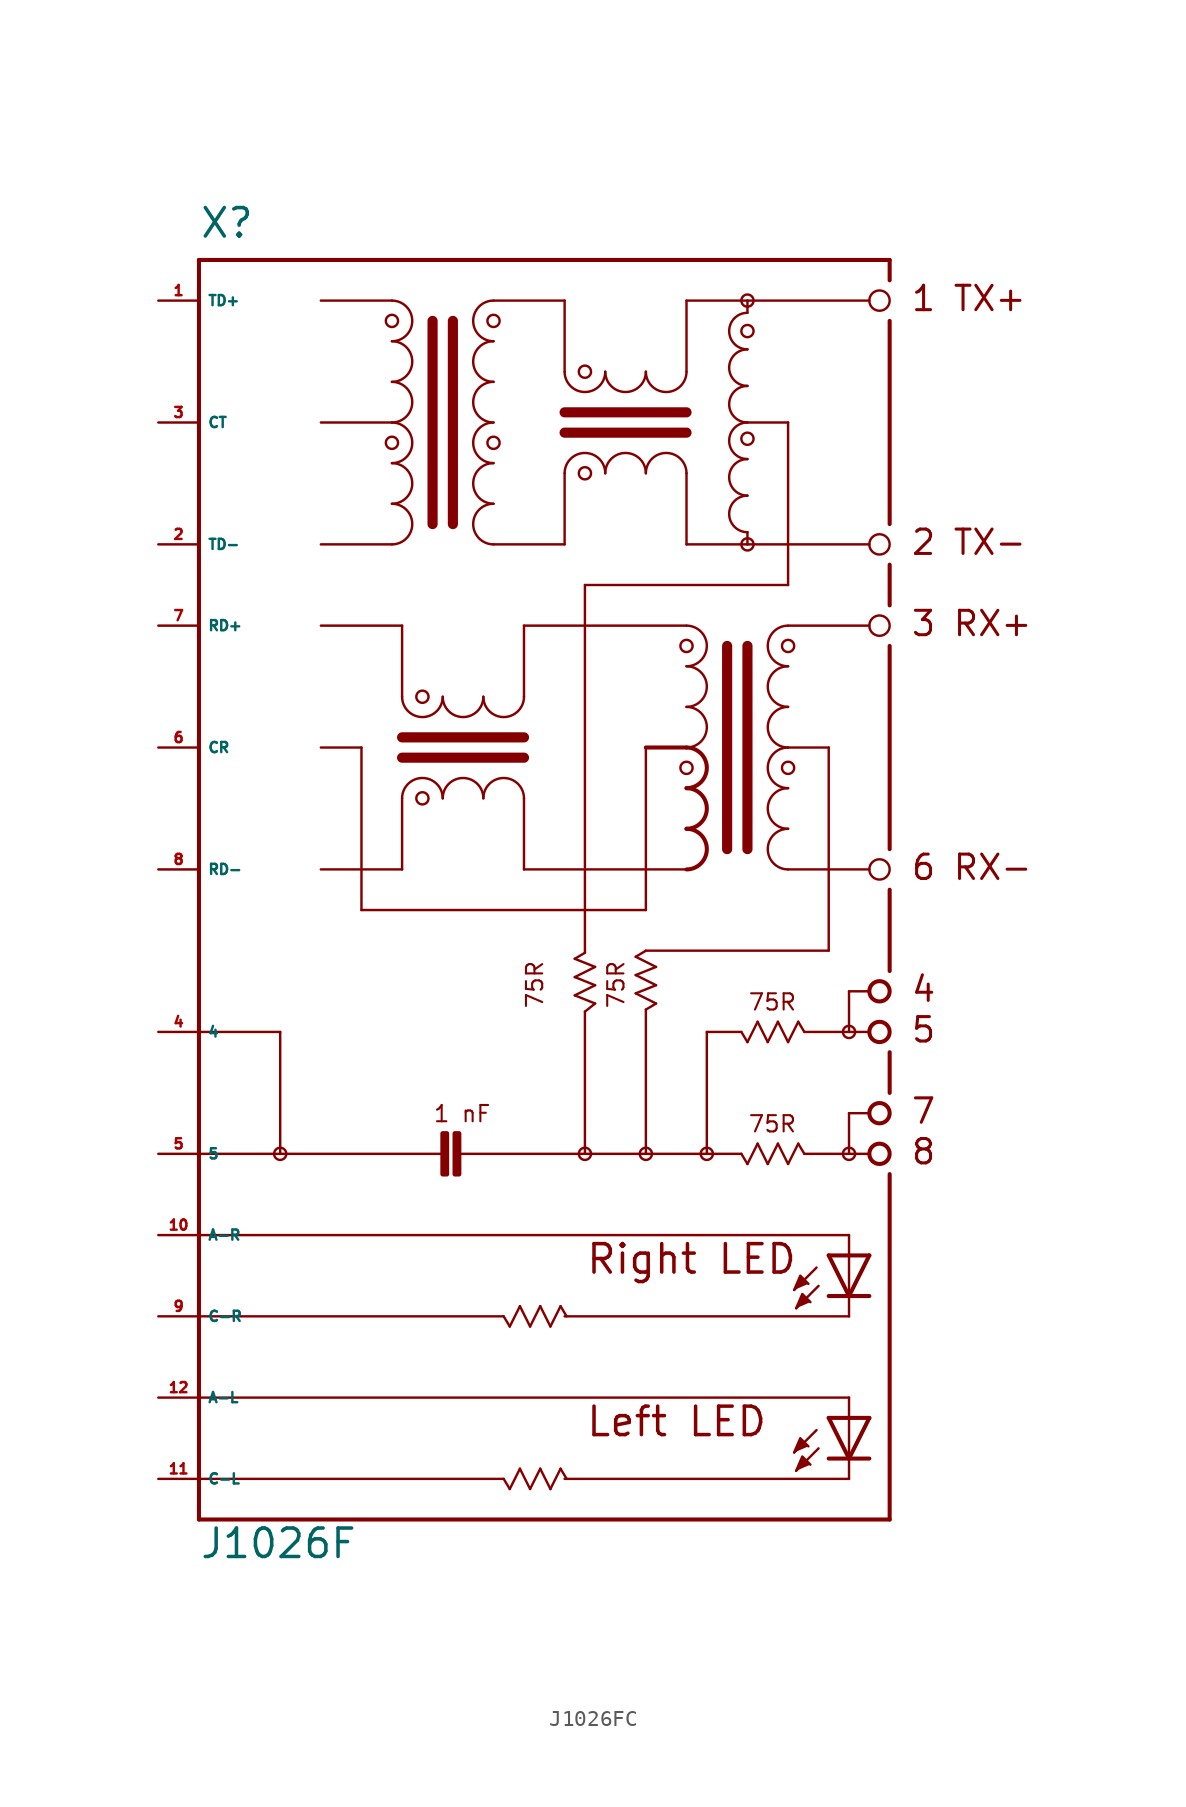
<source format=kicad_sym>
(kicad_symbol_lib
  (version 20220914)
  (generator Eagle2Kicad)
  (symbol "J1026FC"
    (property "Reference" "X"
      (at -20.32 21.59 0)
      (effects (font (size 1.778 1.778) (thickness 0.22)) (justify left bottom)))
    (property "Value" "J1026F"
      (at -20.32 -60.96 0)
      (effects (font (size 1.778 1.778) (thickness 0.22)) (justify left bottom)))
    (polyline
      (pts (xy 16.891 -44.069) (xy 17.272 -43.18) (xy 17.78 -43.688))
      (stroke (width 0.152) (type default))
      (fill (type outline)))
    (polyline
      (pts (xy 17.018 -45.212) (xy 17.399 -44.323) (xy 17.907 -44.831))
      (stroke (width 0.152) (type default))
      (fill (type outline)))
    (polyline
      (pts (xy 16.891 -54.229) (xy 17.272 -53.34) (xy 17.78 -53.848))
      (stroke (width 0.152) (type default))
      (fill (type outline)))
    (polyline
      (pts (xy 17.018 -55.372) (xy 17.399 -54.483) (xy 17.907 -54.991))
      (stroke (width 0.152) (type default))
      (fill (type outline)))
    (polyline
      (pts (xy -12.7 2.54) (xy -8.255 2.54))
      (stroke (width 0.152) (type default))
      (fill (type none)))
    (polyline
      (pts (xy -12.7 10.16) (xy -8.255 10.16))
      (stroke (width 0.152) (type default))
      (fill (type none)))
    (polyline
      (pts (xy -12.7 17.78) (xy -8.255 17.78))
      (stroke (width 0.152) (type default))
      (fill (type none)))
    (arc
      (start -8.255 10.16)
      (mid -6.985 11.430)
      (end -8.255 12.7)
      (stroke (width 0.1524) (type default))
      (fill (type none)))
    (arc
      (start -8.255 12.7)
      (mid -6.985 13.970)
      (end -8.255 15.24)
      (stroke (width 0.1524) (type default))
      (fill (type none)))
    (arc
      (start -8.255 15.24)
      (mid -6.985 16.510)
      (end -8.255 17.78)
      (stroke (width 0.1524) (type default))
      (fill (type none)))
    (arc
      (start -8.255 7.62)
      (mid -6.985 8.890)
      (end -8.255 10.16)
      (stroke (width 0.1524) (type default))
      (fill (type none)))
    (arc
      (start -8.255 5.08)
      (mid -6.985 6.350)
      (end -8.255 7.62)
      (stroke (width 0.1524) (type default))
      (fill (type none)))
    (arc
      (start -8.255 2.54)
      (mid -6.985 3.810)
      (end -8.255 5.08)
      (stroke (width 0.1524) (type default))
      (fill (type none)))
    (polyline
      (pts (xy -5.715 16.51) (xy -5.715 3.81))
      (stroke (width 0.635) (type default))
      (fill (type none)))
    (polyline
      (pts (xy -4.445 16.51) (xy -4.445 3.81))
      (stroke (width 0.635) (type default))
      (fill (type none)))
    (arc
      (start -1.905 12.7)
      (mid -3.175 11.430)
      (end -1.905 10.16)
      (stroke (width 0.1524) (type default))
      (fill (type none)))
    (arc
      (start -1.905 15.24)
      (mid -3.175 13.970)
      (end -1.905 12.7)
      (stroke (width 0.1524) (type default))
      (fill (type none)))
    (arc
      (start -1.905 17.78)
      (mid -3.175 16.510)
      (end -1.905 15.24)
      (stroke (width 0.1524) (type default))
      (fill (type none)))
    (arc
      (start -1.905 10.16)
      (mid -3.175 8.890)
      (end -1.905 7.62)
      (stroke (width 0.1524) (type default))
      (fill (type none)))
    (arc
      (start -1.905 7.62)
      (mid -3.175 6.350)
      (end -1.905 5.08)
      (stroke (width 0.1524) (type default))
      (fill (type none)))
    (arc
      (start -1.905 5.08)
      (mid -3.175 3.810)
      (end -1.905 2.54)
      (stroke (width 0.1524) (type default))
      (fill (type none)))
    (arc
      (start 10.16 6.985)
      (mid 8.890 8.255)
      (end 7.62 6.985)
      (stroke (width 0.1524) (type default))
      (fill (type none)))
    (arc
      (start 7.62 6.985)
      (mid 6.350 8.255)
      (end 5.08 6.985)
      (stroke (width 0.1524) (type default))
      (fill (type none)))
    (arc
      (start 5.08 6.985)
      (mid 3.810 8.255)
      (end 2.54 6.985)
      (stroke (width 0.1524) (type default))
      (fill (type none)))
    (arc
      (start 7.62 13.335)
      (mid 8.890 12.065)
      (end 10.16 13.335)
      (stroke (width 0.1524) (type default))
      (fill (type none)))
    (arc
      (start 5.08 13.335)
      (mid 6.350 12.065)
      (end 7.62 13.335)
      (stroke (width 0.1524) (type default))
      (fill (type none)))
    (arc
      (start 2.54 13.335)
      (mid 3.810 12.065)
      (end 5.08 13.335)
      (stroke (width 0.1524) (type default))
      (fill (type none)))
    (polyline
      (pts (xy -1.905 17.78) (xy 2.54 17.78))
      (stroke (width 0.152) (type default))
      (fill (type none)))
    (polyline
      (pts (xy 2.54 17.78) (xy 2.54 13.335))
      (stroke (width 0.152) (type default))
      (fill (type none)))
    (polyline
      (pts (xy 2.54 2.54) (xy -1.905 2.54))
      (stroke (width 0.152) (type default))
      (fill (type none)))
    (polyline
      (pts (xy 2.54 2.54) (xy 2.54 6.985))
      (stroke (width 0.152) (type default))
      (fill (type none)))
    (polyline
      (pts (xy 10.16 13.335) (xy 10.16 17.78))
      (stroke (width 0.152) (type default))
      (fill (type none)))
    (polyline
      (pts (xy 10.16 17.78) (xy 13.97 17.78))
      (stroke (width 0.152) (type default))
      (fill (type none)))
    (polyline
      (pts (xy 13.97 17.78) (xy 21.59 17.78))
      (stroke (width 0.152) (type default))
      (fill (type none)))
    (polyline
      (pts (xy 10.16 6.985) (xy 10.16 2.54))
      (stroke (width 0.152) (type default))
      (fill (type none)))
    (polyline
      (pts (xy 10.16 2.54) (xy 13.97 2.54))
      (stroke (width 0.152) (type default))
      (fill (type none)))
    (polyline
      (pts (xy 13.97 2.54) (xy 21.59 2.54))
      (stroke (width 0.152) (type default))
      (fill (type none)))
    (polyline
      (pts (xy 2.54 9.525) (xy 10.16 9.525))
      (stroke (width 0.635) (type default))
      (fill (type none)))
    (polyline
      (pts (xy 2.54 10.795) (xy 10.16 10.795))
      (stroke (width 0.635) (type default))
      (fill (type none)))
    (polyline
      (pts (xy 21.59 -17.78) (xy 16.51 -17.78))
      (stroke (width 0.152) (type default))
      (fill (type none)))
    (polyline
      (pts (xy 19.05 -10.16) (xy 16.51 -10.16))
      (stroke (width 0.152) (type default))
      (fill (type none)))
    (polyline
      (pts (xy 21.59 -2.54) (xy 16.51 -2.54))
      (stroke (width 0.152) (type default))
      (fill (type none)))
    (arc
      (start 16.51 -7.62)
      (mid 15.240 -8.890)
      (end 16.51 -10.16)
      (stroke (width 0.1524) (type default))
      (fill (type none)))
    (arc
      (start 16.51 -5.08)
      (mid 15.240 -6.350)
      (end 16.51 -7.62)
      (stroke (width 0.1524) (type default))
      (fill (type none)))
    (arc
      (start 16.51 -2.54)
      (mid 15.240 -3.810)
      (end 16.51 -5.08)
      (stroke (width 0.1524) (type default))
      (fill (type none)))
    (arc
      (start 16.51 -10.16)
      (mid 15.240 -11.430)
      (end 16.51 -12.7)
      (stroke (width 0.1524) (type default))
      (fill (type none)))
    (arc
      (start 16.51 -12.7)
      (mid 15.240 -13.970)
      (end 16.51 -15.24)
      (stroke (width 0.1524) (type default))
      (fill (type none)))
    (arc
      (start 16.51 -15.24)
      (mid 15.240 -16.510)
      (end 16.51 -17.78)
      (stroke (width 0.1524) (type default))
      (fill (type none)))
    (polyline
      (pts (xy 13.97 -3.81) (xy 13.97 -16.51))
      (stroke (width 0.635) (type default))
      (fill (type none)))
    (polyline
      (pts (xy 12.7 -3.81) (xy 12.7 -16.51))
      (stroke (width 0.635) (type default))
      (fill (type none)))
    (arc
      (start 10.16 -10.16)
      (mid 11.430 -8.890)
      (end 10.16 -7.62)
      (stroke (width 0.1524) (type default))
      (fill (type none)))
    (arc
      (start 10.16 -7.62)
      (mid 11.430 -6.350)
      (end 10.16 -5.08)
      (stroke (width 0.1524) (type default))
      (fill (type none)))
    (arc
      (start 10.16 -5.08)
      (mid 11.430 -3.810)
      (end 10.16 -2.54)
      (stroke (width 0.1524) (type default))
      (fill (type none)))
    (arc
      (start 10.16 -12.7)
      (mid 11.430 -11.430)
      (end 10.16 -10.16)
      (stroke (width 0.254) (type default))
      (fill (type none)))
    (arc
      (start 10.16 -15.24)
      (mid 11.430 -13.970)
      (end 10.16 -12.7)
      (stroke (width 0.254) (type default))
      (fill (type none)))
    (arc
      (start 10.16 -17.78)
      (mid 11.430 -16.510)
      (end 10.16 -15.24)
      (stroke (width 0.254) (type default))
      (fill (type none)))
    (arc
      (start -5.08 -13.335)
      (mid -6.350 -12.065)
      (end -7.62 -13.335)
      (stroke (width 0.1524) (type default))
      (fill (type none)))
    (arc
      (start -2.54 -13.335)
      (mid -3.810 -12.065)
      (end -5.08 -13.335)
      (stroke (width 0.1524) (type default))
      (fill (type none)))
    (arc
      (start 0 -13.335)
      (mid -1.270 -12.065)
      (end -2.54 -13.335)
      (stroke (width 0.1524) (type default))
      (fill (type none)))
    (arc
      (start -7.62 -6.985)
      (mid -6.350 -8.255)
      (end -5.08 -6.985)
      (stroke (width 0.1524) (type default))
      (fill (type none)))
    (arc
      (start -5.08 -6.985)
      (mid -3.810 -8.255)
      (end -2.54 -6.985)
      (stroke (width 0.1524) (type default))
      (fill (type none)))
    (arc
      (start -2.54 -6.985)
      (mid -1.270 -8.255)
      (end 0 -6.985)
      (stroke (width 0.1524) (type default))
      (fill (type none)))
    (polyline
      (pts (xy 10.16 -2.54) (xy 0 -2.54))
      (stroke (width 0.152) (type default))
      (fill (type none)))
    (polyline
      (pts (xy 0 -2.54) (xy 0 -6.985))
      (stroke (width 0.152) (type default))
      (fill (type none)))
    (polyline
      (pts (xy 0 -17.78) (xy 10.16 -17.78))
      (stroke (width 0.152) (type default))
      (fill (type none)))
    (polyline
      (pts (xy 0 -17.78) (xy 0 -13.335))
      (stroke (width 0.152) (type default))
      (fill (type none)))
    (polyline
      (pts (xy -7.62 -6.985) (xy -7.62 -2.54))
      (stroke (width 0.152) (type default))
      (fill (type none)))
    (polyline
      (pts (xy -7.62 -2.54) (xy -12.7 -2.54))
      (stroke (width 0.152) (type default))
      (fill (type none)))
    (polyline
      (pts (xy -7.62 -13.335) (xy -7.62 -17.78))
      (stroke (width 0.152) (type default))
      (fill (type none)))
    (polyline
      (pts (xy -7.62 -17.78) (xy -12.7 -17.78))
      (stroke (width 0.152) (type default))
      (fill (type none)))
    (polyline
      (pts (xy 0 -10.795) (xy -7.62 -10.795))
      (stroke (width 0.635) (type default))
      (fill (type none)))
    (polyline
      (pts (xy 0 -9.525) (xy -7.62 -9.525))
      (stroke (width 0.635) (type default))
      (fill (type none)))
    (polyline
      (pts (xy 21.59 -25.4) (xy 20.32 -25.4))
      (stroke (width 0.152) (type default))
      (fill (type none)))
    (polyline
      (pts (xy 20.32 -25.4) (xy 20.32 -27.94))
      (stroke (width 0.152) (type default))
      (fill (type none)))
    (polyline
      (pts (xy 20.32 -27.94) (xy 21.59 -27.94))
      (stroke (width 0.152) (type default))
      (fill (type none)))
    (polyline
      (pts (xy 21.59 -33.02) (xy 20.32 -33.02))
      (stroke (width 0.152) (type default))
      (fill (type none)))
    (polyline
      (pts (xy 20.32 -33.02) (xy 20.32 -35.56))
      (stroke (width 0.152) (type default))
      (fill (type none)))
    (polyline
      (pts (xy 20.32 -35.56) (xy 21.59 -35.56))
      (stroke (width 0.152) (type default))
      (fill (type none)))
    (polyline
      (pts (xy 20.32 -27.94) (xy 17.526 -27.94))
      (stroke (width 0.152) (type default))
      (fill (type none)))
    (polyline
      (pts (xy 17.526 -35.56) (xy 20.32 -35.56))
      (stroke (width 0.152) (type default))
      (fill (type none)))
    (polyline
      (pts (xy -20.32 20.32) (xy -20.32 -27.94))
      (stroke (width 0.254) (type default))
      (fill (type none)))
    (polyline
      (pts (xy -20.32 -27.94) (xy -20.32 -35.56))
      (stroke (width 0.254) (type default))
      (fill (type none)))
    (polyline
      (pts (xy -20.32 -35.56) (xy -20.32 -58.42))
      (stroke (width 0.254) (type default))
      (fill (type none)))
    (polyline
      (pts (xy -20.32 -58.42) (xy 22.86 -58.42))
      (stroke (width 0.254) (type default))
      (fill (type none)))
    (polyline
      (pts (xy -20.32 20.32) (xy 22.86 20.32))
      (stroke (width 0.254) (type default))
      (fill (type none)))
    (polyline
      (pts (xy 22.86 20.32) (xy 22.86 19.05))
      (stroke (width 0.254) (type default))
      (fill (type none)))
    (polyline
      (pts (xy 22.86 -58.42) (xy 22.86 -36.83))
      (stroke (width 0.254) (type default))
      (fill (type none)))
    (polyline
      (pts (xy 22.86 -31.75) (xy 22.86 -29.21))
      (stroke (width 0.254) (type default))
      (fill (type none)))
    (polyline
      (pts (xy 22.86 -24.13) (xy 22.86 -19.05))
      (stroke (width 0.254) (type default))
      (fill (type none)))
    (polyline
      (pts (xy 22.86 -16.51) (xy 22.86 -3.81))
      (stroke (width 0.254) (type default))
      (fill (type none)))
    (polyline
      (pts (xy 22.86 -1.27) (xy 22.86 1.27))
      (stroke (width 0.254) (type default))
      (fill (type none)))
    (polyline
      (pts (xy 22.86 3.81) (xy 22.86 16.51))
      (stroke (width 0.254) (type default))
      (fill (type none)))
    (polyline
      (pts (xy 3.81 0) (xy 3.81 -22.987))
      (stroke (width 0.152) (type default))
      (fill (type none)))
    (polyline
      (pts (xy 19.05 -10.16) (xy 19.05 -22.86))
      (stroke (width 0.152) (type default))
      (fill (type none)))
    (polyline
      (pts (xy 19.05 -22.86) (xy 7.62 -22.86))
      (stroke (width 0.152) (type default))
      (fill (type none)))
    (polyline
      (pts (xy 7.62 -22.86) (xy 6.985 -23.241))
      (stroke (width 0.152) (type default))
      (fill (type none)))
    (polyline
      (pts (xy 6.985 -23.241) (xy 8.255 -23.876))
      (stroke (width 0.152) (type default))
      (fill (type none)))
    (polyline
      (pts (xy 8.255 -23.876) (xy 6.985 -24.384))
      (stroke (width 0.152) (type default))
      (fill (type none)))
    (polyline
      (pts (xy 6.985 -24.384) (xy 8.255 -25.019))
      (stroke (width 0.152) (type default))
      (fill (type none)))
    (polyline
      (pts (xy 8.255 -25.019) (xy 6.985 -25.527))
      (stroke (width 0.152) (type default))
      (fill (type none)))
    (polyline
      (pts (xy 6.985 -25.527) (xy 8.255 -26.162))
      (stroke (width 0.152) (type default))
      (fill (type none)))
    (polyline
      (pts (xy 8.255 -26.162) (xy 7.62 -26.543))
      (stroke (width 0.152) (type default))
      (fill (type none)))
    (polyline
      (pts (xy 3.81 -22.987) (xy 3.175 -23.368))
      (stroke (width 0.152) (type default))
      (fill (type none)))
    (polyline
      (pts (xy 3.175 -23.368) (xy 4.445 -23.876))
      (stroke (width 0.152) (type default))
      (fill (type none)))
    (polyline
      (pts (xy 4.445 -23.876) (xy 3.175 -24.511))
      (stroke (width 0.152) (type default))
      (fill (type none)))
    (polyline
      (pts (xy 3.175 -24.511) (xy 4.445 -25.019))
      (stroke (width 0.152) (type default))
      (fill (type none)))
    (polyline
      (pts (xy 4.445 -25.019) (xy 3.175 -25.654))
      (stroke (width 0.152) (type default))
      (fill (type none)))
    (polyline
      (pts (xy 3.175 -25.654) (xy 4.445 -26.162))
      (stroke (width 0.152) (type default))
      (fill (type none)))
    (polyline
      (pts (xy 4.445 -26.162) (xy 3.81 -26.67))
      (stroke (width 0.152) (type default))
      (fill (type none)))
    (polyline
      (pts (xy 13.589 -27.94) (xy 13.97 -28.575))
      (stroke (width 0.152) (type default))
      (fill (type none)))
    (polyline
      (pts (xy 13.97 -28.575) (xy 14.605 -27.305))
      (stroke (width 0.152) (type default))
      (fill (type none)))
    (polyline
      (pts (xy 14.605 -27.305) (xy 15.24 -28.575))
      (stroke (width 0.152) (type default))
      (fill (type none)))
    (polyline
      (pts (xy 15.24 -28.575) (xy 15.875 -27.305))
      (stroke (width 0.152) (type default))
      (fill (type none)))
    (polyline
      (pts (xy 15.875 -27.305) (xy 16.51 -28.575))
      (stroke (width 0.152) (type default))
      (fill (type none)))
    (polyline
      (pts (xy 16.51 -28.575) (xy 17.145 -27.305))
      (stroke (width 0.152) (type default))
      (fill (type none)))
    (polyline
      (pts (xy 17.145 -27.305) (xy 17.526 -27.94))
      (stroke (width 0.152) (type default))
      (fill (type none)))
    (polyline
      (pts (xy 13.589 -35.56) (xy 13.97 -36.195))
      (stroke (width 0.152) (type default))
      (fill (type none)))
    (polyline
      (pts (xy 13.97 -36.195) (xy 14.605 -34.925))
      (stroke (width 0.152) (type default))
      (fill (type none)))
    (polyline
      (pts (xy 14.605 -34.925) (xy 15.24 -36.195))
      (stroke (width 0.152) (type default))
      (fill (type none)))
    (polyline
      (pts (xy 15.24 -36.195) (xy 15.875 -34.925))
      (stroke (width 0.152) (type default))
      (fill (type none)))
    (polyline
      (pts (xy 15.875 -34.925) (xy 16.51 -36.195))
      (stroke (width 0.152) (type default))
      (fill (type none)))
    (polyline
      (pts (xy 16.51 -36.195) (xy 17.145 -34.925))
      (stroke (width 0.152) (type default))
      (fill (type none)))
    (polyline
      (pts (xy 17.145 -34.925) (xy 17.526 -35.56))
      (stroke (width 0.152) (type default))
      (fill (type none)))
    (polyline
      (pts (xy -20.32 -35.56) (xy -15.24 -35.56))
      (stroke (width 0.152) (type default))
      (fill (type none)))
    (polyline
      (pts (xy -15.24 -35.56) (xy -5.08 -35.56))
      (stroke (width 0.152) (type default))
      (fill (type none)))
    (polyline
      (pts (xy -4.064 -35.56) (xy 3.81 -35.56))
      (stroke (width 0.152) (type default))
      (fill (type none)))
    (polyline
      (pts (xy 3.81 -35.56) (xy 7.62 -35.56))
      (stroke (width 0.152) (type default))
      (fill (type none)))
    (polyline
      (pts (xy 7.62 -35.56) (xy 11.43 -35.56))
      (stroke (width 0.152) (type default))
      (fill (type none)))
    (polyline
      (pts (xy 11.43 -35.56) (xy 13.589 -35.56))
      (stroke (width 0.152) (type default))
      (fill (type none)))
    (polyline
      (pts (xy 13.589 -27.94) (xy 11.43 -27.94))
      (stroke (width 0.152) (type default))
      (fill (type none)))
    (polyline
      (pts (xy 11.43 -27.94) (xy 11.43 -35.56))
      (stroke (width 0.152) (type default))
      (fill (type none)))
    (polyline
      (pts (xy 3.81 -26.67) (xy 3.81 -35.56))
      (stroke (width 0.152) (type default))
      (fill (type none)))
    (polyline
      (pts (xy 7.62 -26.543) (xy 7.62 -35.56))
      (stroke (width 0.152) (type default))
      (fill (type none)))
    (polyline
      (pts (xy -12.7 -10.16) (xy -10.16 -10.16))
      (stroke (width 0.152) (type default))
      (fill (type none)))
    (polyline
      (pts (xy -10.16 -10.16) (xy -10.16 -20.32))
      (stroke (width 0.152) (type default))
      (fill (type none)))
    (polyline
      (pts (xy -10.16 -20.32) (xy 7.62 -20.32))
      (stroke (width 0.152) (type default))
      (fill (type none)))
    (polyline
      (pts (xy 7.62 -20.32) (xy 7.62 -10.16))
      (stroke (width 0.152) (type default))
      (fill (type none)))
    (polyline
      (pts (xy 7.62 -10.16) (xy 10.16 -10.16))
      (stroke (width 0.254) (type default))
      (fill (type none)))
    (polyline
      (pts (xy -20.32 -27.94) (xy -15.24 -27.94))
      (stroke (width 0.152) (type default))
      (fill (type none)))
    (polyline
      (pts (xy -15.24 -27.94) (xy -15.24 -35.56))
      (stroke (width 0.152) (type default))
      (fill (type none)))
    (arc
      (start 13.97 12.446)
      (mid 12.827 11.303)
      (end 13.97 10.16)
      (stroke (width 0.1524) (type default))
      (fill (type none)))
    (arc
      (start 13.97 14.732)
      (mid 12.827 13.589)
      (end 13.97 12.446)
      (stroke (width 0.1524) (type default))
      (fill (type none)))
    (arc
      (start 13.97 10.16)
      (mid 12.827 9.017)
      (end 13.97 7.874)
      (stroke (width 0.1524) (type default))
      (fill (type none)))
    (arc
      (start 13.97 7.874)
      (mid 12.827 6.731)
      (end 13.97 5.588)
      (stroke (width 0.1524) (type default))
      (fill (type none)))
    (arc
      (start 13.97 5.588)
      (mid 12.827 4.445)
      (end 13.97 3.302)
      (stroke (width 0.1524) (type default))
      (fill (type none)))
    (arc
      (start 13.97 17.018)
      (mid 12.827 15.875)
      (end 13.97 14.732)
      (stroke (width 0.1524) (type default))
      (fill (type none)))
    (polyline
      (pts (xy 13.97 17.78) (xy 13.97 17.018))
      (stroke (width 0.152) (type default))
      (fill (type none)))
    (polyline
      (pts (xy 13.97 2.54) (xy 13.97 3.302))
      (stroke (width 0.152) (type default))
      (fill (type none)))
    (polyline
      (pts (xy 3.81 0) (xy 16.51 0))
      (stroke (width 0.152) (type default))
      (fill (type none)))
    (polyline
      (pts (xy 16.51 0) (xy 16.51 10.16))
      (stroke (width 0.152) (type default))
      (fill (type none)))
    (polyline
      (pts (xy 16.51 10.16) (xy 13.97 10.16))
      (stroke (width 0.152) (type default))
      (fill (type none)))
    (polyline
      (pts (xy -1.27 -45.72) (xy -0.889 -46.355))
      (stroke (width 0.152) (type default))
      (fill (type none)))
    (polyline
      (pts (xy -0.889 -46.355) (xy -0.254 -45.085))
      (stroke (width 0.152) (type default))
      (fill (type none)))
    (polyline
      (pts (xy -0.254 -45.085) (xy 0.381 -46.355))
      (stroke (width 0.152) (type default))
      (fill (type none)))
    (polyline
      (pts (xy 0.381 -46.355) (xy 1.016 -45.085))
      (stroke (width 0.152) (type default))
      (fill (type none)))
    (polyline
      (pts (xy 1.016 -45.085) (xy 1.651 -46.355))
      (stroke (width 0.152) (type default))
      (fill (type none)))
    (polyline
      (pts (xy 1.651 -46.355) (xy 2.286 -45.085))
      (stroke (width 0.152) (type default))
      (fill (type none)))
    (polyline
      (pts (xy 2.286 -45.085) (xy 2.667 -45.72))
      (stroke (width 0.152) (type default))
      (fill (type none)))
    (polyline
      (pts (xy -1.27 -55.88) (xy -0.889 -56.515))
      (stroke (width 0.152) (type default))
      (fill (type none)))
    (polyline
      (pts (xy -0.889 -56.515) (xy -0.254 -55.245))
      (stroke (width 0.152) (type default))
      (fill (type none)))
    (polyline
      (pts (xy -0.254 -55.245) (xy 0.381 -56.515))
      (stroke (width 0.152) (type default))
      (fill (type none)))
    (polyline
      (pts (xy 0.381 -56.515) (xy 1.016 -55.245))
      (stroke (width 0.152) (type default))
      (fill (type none)))
    (polyline
      (pts (xy 1.016 -55.245) (xy 1.651 -56.515))
      (stroke (width 0.152) (type default))
      (fill (type none)))
    (polyline
      (pts (xy 1.651 -56.515) (xy 2.286 -55.245))
      (stroke (width 0.152) (type default))
      (fill (type none)))
    (polyline
      (pts (xy 2.286 -55.245) (xy 2.667 -55.88))
      (stroke (width 0.152) (type default))
      (fill (type none)))
    (polyline
      (pts (xy -20.32 -45.72) (xy -1.27 -45.72))
      (stroke (width 0.152) (type default))
      (fill (type none)))
    (polyline
      (pts (xy -20.32 -55.88) (xy -1.27 -55.88))
      (stroke (width 0.152) (type default))
      (fill (type none)))
    (polyline
      (pts (xy 21.59 -41.91) (xy 20.32 -44.45))
      (stroke (width 0.254) (type default))
      (fill (type none)))
    (polyline
      (pts (xy 20.32 -44.45) (xy 19.05 -41.91))
      (stroke (width 0.254) (type default))
      (fill (type none)))
    (polyline
      (pts (xy 21.59 -44.45) (xy 20.32 -44.45))
      (stroke (width 0.254) (type default))
      (fill (type none)))
    (polyline
      (pts (xy 20.32 -44.45) (xy 19.05 -44.45))
      (stroke (width 0.254) (type default))
      (fill (type none)))
    (polyline
      (pts (xy 21.59 -41.91) (xy 20.32 -41.91))
      (stroke (width 0.254) (type default))
      (fill (type none)))
    (polyline
      (pts (xy 20.32 -41.91) (xy 19.05 -41.91))
      (stroke (width 0.254) (type default))
      (fill (type none)))
    (polyline
      (pts (xy 20.32 -41.91) (xy 20.32 -44.45))
      (stroke (width 0.152) (type default))
      (fill (type none)))
    (polyline
      (pts (xy 18.288 -42.672) (xy 16.891 -44.069))
      (stroke (width 0.152) (type default))
      (fill (type none)))
    (polyline
      (pts (xy 18.415 -43.815) (xy 17.018 -45.212))
      (stroke (width 0.152) (type default))
      (fill (type none)))
    (polyline
      (pts (xy 20.32 -45.72) (xy 20.32 -44.45))
      (stroke (width 0.152) (type default))
      (fill (type none)))
    (polyline
      (pts (xy -20.32 -40.64) (xy 20.32 -40.64))
      (stroke (width 0.152) (type default))
      (fill (type none)))
    (polyline
      (pts (xy 20.32 -40.64) (xy 20.32 -41.91))
      (stroke (width 0.152) (type default))
      (fill (type none)))
    (polyline
      (pts (xy 2.54 -45.72) (xy 20.32 -45.72))
      (stroke (width 0.152) (type default))
      (fill (type none)))
    (polyline
      (pts (xy 21.59 -52.07) (xy 20.32 -54.61))
      (stroke (width 0.254) (type default))
      (fill (type none)))
    (polyline
      (pts (xy 20.32 -54.61) (xy 19.05 -52.07))
      (stroke (width 0.254) (type default))
      (fill (type none)))
    (polyline
      (pts (xy 21.59 -54.61) (xy 20.32 -54.61))
      (stroke (width 0.254) (type default))
      (fill (type none)))
    (polyline
      (pts (xy 20.32 -54.61) (xy 19.05 -54.61))
      (stroke (width 0.254) (type default))
      (fill (type none)))
    (polyline
      (pts (xy 21.59 -52.07) (xy 20.32 -52.07))
      (stroke (width 0.254) (type default))
      (fill (type none)))
    (polyline
      (pts (xy 20.32 -52.07) (xy 19.05 -52.07))
      (stroke (width 0.254) (type default))
      (fill (type none)))
    (polyline
      (pts (xy 20.32 -52.07) (xy 20.32 -54.61))
      (stroke (width 0.152) (type default))
      (fill (type none)))
    (polyline
      (pts (xy 18.288 -52.832) (xy 16.891 -54.229))
      (stroke (width 0.152) (type default))
      (fill (type none)))
    (polyline
      (pts (xy 18.415 -53.975) (xy 17.018 -55.372))
      (stroke (width 0.152) (type default))
      (fill (type none)))
    (polyline
      (pts (xy 20.32 -55.88) (xy 20.32 -54.61))
      (stroke (width 0.152) (type default))
      (fill (type none)))
    (polyline
      (pts (xy -20.32 -50.8) (xy 20.32 -50.8))
      (stroke (width 0.152) (type default))
      (fill (type none)))
    (polyline
      (pts (xy 20.32 -50.8) (xy 20.32 -52.07))
      (stroke (width 0.152) (type default))
      (fill (type none)))
    (polyline
      (pts (xy 2.54 -55.88) (xy 20.32 -55.88))
      (stroke (width 0.152) (type default))
      (fill (type none)))
    (text "1 TX+"
      (at 24.13 17.018 0)
      (effects (font (size 1.524 1.524) (thickness 0.19)) (justify left bottom)))
    (text "2 TX-"
      (at 24.13 1.778 0)
      (effects (font (size 1.524 1.524) (thickness 0.19)) (justify left bottom)))
    (text "3 RX+"
      (at 24.13 -3.302 0)
      (effects (font (size 1.524 1.524) (thickness 0.19)) (justify left bottom)))
    (text "6 RX-"
      (at 24.13 -18.542 0)
      (effects (font (size 1.524 1.524) (thickness 0.19)) (justify left bottom)))
    (text "4"
      (at 24.13 -26.162 0)
      (effects (font (size 1.524 1.524) (thickness 0.19)) (justify left bottom)))
    (text "5"
      (at 24.13 -28.702 0)
      (effects (font (size 1.524 1.524) (thickness 0.19)) (justify left bottom)))
    (text "7"
      (at 24.13 -33.782 0)
      (effects (font (size 1.524 1.524) (thickness 0.19)) (justify left bottom)))
    (text "8"
      (at 24.13 -36.322 0)
      (effects (font (size 1.524 1.524) (thickness 0.19)) (justify left bottom)))
    (text "75R"
      (at 6.35 -26.543 900)
      (effects (font (size 1.016 1.016) (thickness 0.13)) (justify left bottom)))
    (text "75R"
      (at 1.27 -26.543 900)
      (effects (font (size 1.016 1.016) (thickness 0.13)) (justify left bottom mirror)))
    (text "75R"
      (at 13.97 -26.67 0)
      (effects (font (size 1.016 1.016) (thickness 0.13)) (justify left bottom mirror)))
    (text "75R"
      (at 13.97 -34.29 0)
      (effects (font (size 1.016 1.016) (thickness 0.13)) (justify left bottom)))
    (text "1 nF"
      (at -5.715 -33.655 0)
      (effects (font (size 1.016 1.016) (thickness 0.13)) (justify left bottom)))
    (text "Right LED"
      (at 3.81 -43.18 0)
      (effects (font (size 1.778 1.778) (thickness 0.22)) (justify left bottom)))
    (text "Left LED"
      (at 3.81 -53.34 0)
      (effects (font (size 1.778 1.778) (thickness 0.22)) (justify left bottom)))
    (circle
      (center -8.255 16.51)
      (radius 0.381)
      (stroke (width 0) (type default))
      (fill (type none)))
    (circle
      (center -8.255 8.89)
      (radius 0.381)
      (stroke (width 0) (type default))
      (fill (type none)))
    (circle
      (center -1.905 16.51)
      (radius 0.381)
      (stroke (width 0) (type default))
      (fill (type none)))
    (circle
      (center -1.905 8.89)
      (radius 0.381)
      (stroke (width 0) (type default))
      (fill (type none)))
    (circle
      (center 3.81 6.985)
      (radius 0.381)
      (stroke (width 0) (type default))
      (fill (type none)))
    (circle
      (center 3.81 13.335)
      (radius 0.381)
      (stroke (width 0) (type default))
      (fill (type none)))
    (circle
      (center 16.51 -3.81)
      (radius 0.381)
      (stroke (width 0) (type default))
      (fill (type none)))
    (circle
      (center 16.51 -11.43)
      (radius 0.381)
      (stroke (width 0) (type default))
      (fill (type none)))
    (circle
      (center 10.16 -3.81)
      (radius 0.381)
      (stroke (width 0) (type default))
      (fill (type none)))
    (circle
      (center 10.16 -11.43)
      (radius 0.381)
      (stroke (width 0) (type default))
      (fill (type none)))
    (circle
      (center -6.35 -13.335)
      (radius 0.381)
      (stroke (width 0) (type default))
      (fill (type none)))
    (circle
      (center -6.35 -6.985)
      (radius 0.381)
      (stroke (width 0) (type default))
      (fill (type none)))
    (circle
      (center 22.225 17.78)
      (radius 0.635)
      (stroke (width 0.152) (type default))
      (fill (type none)))
    (circle
      (center 22.225 2.54)
      (radius 0.635)
      (stroke (width 0.152) (type default))
      (fill (type none)))
    (circle
      (center 22.225 -2.54)
      (radius 0.635)
      (stroke (width 0.152) (type default))
      (fill (type none)))
    (circle
      (center 22.225 -17.78)
      (radius 0.635)
      (stroke (width 0.152) (type default))
      (fill (type none)))
    (circle
      (center 22.225 -25.4)
      (radius 0.635)
      (stroke (width 0.254) (type default))
      (fill (type none)))
    (circle
      (center 22.225 -27.94)
      (radius 0.635)
      (stroke (width 0.254) (type default))
      (fill (type none)))
    (circle
      (center 22.225 -33.02)
      (radius 0.635)
      (stroke (width 0.254) (type default))
      (fill (type none)))
    (circle
      (center 22.225 -35.56)
      (radius 0.635)
      (stroke (width 0.254) (type default))
      (fill (type none)))
    (circle
      (center 7.62 -35.56)
      (radius 0.381)
      (stroke (width 0) (type default))
      (fill (type none)))
    (circle
      (center 3.81 -35.56)
      (radius 0.381)
      (stroke (width 0) (type default))
      (fill (type none)))
    (circle
      (center 11.43 -35.56)
      (radius 0.381)
      (stroke (width 0) (type default))
      (fill (type none)))
    (circle
      (center 20.32 -35.56)
      (radius 0.381)
      (stroke (width 0) (type default))
      (fill (type none)))
    (circle
      (center 20.32 -27.94)
      (radius 0.381)
      (stroke (width 0) (type default))
      (fill (type none)))
    (circle
      (center -15.24 -35.56)
      (radius 0.381)
      (stroke (width 0) (type default))
      (fill (type none)))
    (circle
      (center 13.97 15.875)
      (radius 0.381)
      (stroke (width 0) (type default))
      (fill (type none)))
    (circle
      (center 13.97 9.144)
      (radius 0.381)
      (stroke (width 0) (type default))
      (fill (type none)))
    (circle
      (center 13.97 17.78)
      (radius 0.381)
      (stroke (width 0) (type default))
      (fill (type none)))
    (circle
      (center 13.97 2.54)
      (radius 0.381)
      (stroke (width 0) (type default))
      (fill (type none)))
    (rectangle
      (start -5.08 -36.83)
      (end -4.826 -34.29)
      (stroke (width 0.3) (type default))
      (fill (type outline)))
    (rectangle
      (start -4.318 -36.83)
      (end -4.064 -34.29)
      (stroke (width 0.3) (type default))
      (fill (type outline)))
    (pin input line
      (at -22.86 17.78 0)
      (length 2.54)
      (name "TD+" (effects (font (size 0.635 0.635) (thickness 0.08)) (justify left bottom)))
      (number "1" (effects (font (size 0.635 0.635) (thickness 0.08)) (justify left bottom))))
    (pin input line
      (at -22.86 10.16 0)
      (length 2.54)
      (name "CT" (effects (font (size 0.635 0.635) (thickness 0.08)) (justify left bottom)))
      (number "3" (effects (font (size 0.635 0.635) (thickness 0.08)) (justify left bottom))))
    (pin input line
      (at -22.86 2.54 0)
      (length 2.54)
      (name "TD-" (effects (font (size 0.635 0.635) (thickness 0.08)) (justify left bottom)))
      (number "2" (effects (font (size 0.635 0.635) (thickness 0.08)) (justify left bottom))))
    (pin input line
      (at -22.86 -2.54 0)
      (length 2.54)
      (name "RD+" (effects (font (size 0.635 0.635) (thickness 0.08)) (justify left bottom)))
      (number "7" (effects (font (size 0.635 0.635) (thickness 0.08)) (justify left bottom))))
    (pin input line
      (at -22.86 -10.16 0)
      (length 2.54)
      (name "CR" (effects (font (size 0.635 0.635) (thickness 0.08)) (justify left bottom)))
      (number "6" (effects (font (size 0.635 0.635) (thickness 0.08)) (justify left bottom))))
    (pin input line
      (at -22.86 -17.78 0)
      (length 2.54)
      (name "RD-" (effects (font (size 0.635 0.635) (thickness 0.08)) (justify left bottom)))
      (number "8" (effects (font (size 0.635 0.635) (thickness 0.08)) (justify left bottom))))
    (pin input line
      (at -22.86 -35.56 0)
      (length 2.54)
      (name "5" (effects (font (size 0.635 0.635) (thickness 0.08)) (justify left bottom)))
      (number "5" (effects (font (size 0.635 0.635) (thickness 0.08)) (justify left bottom))))
    (pin input line
      (at -22.86 -27.94 0)
      (length 2.54)
      (name "4" (effects (font (size 0.635 0.635) (thickness 0.08)) (justify left bottom)))
      (number "4" (effects (font (size 0.635 0.635) (thickness 0.08)) (justify left bottom))))
    (pin passive line
      (at -22.86 -45.72 0)
      (length 2.54)
      (name "C-R" (effects (font (size 0.635 0.635) (thickness 0.08)) (justify left bottom)))
      (number "9" (effects (font (size 0.635 0.635) (thickness 0.08)) (justify left bottom))))
    (pin passive line
      (at -22.86 -40.64 0)
      (length 2.54)
      (name "A-R" (effects (font (size 0.635 0.635) (thickness 0.08)) (justify left bottom)))
      (number "10" (effects (font (size 0.635 0.635) (thickness 0.08)) (justify left bottom))))
    (pin passive line
      (at -22.86 -55.88 0)
      (length 2.54)
      (name "C-L" (effects (font (size 0.635 0.635) (thickness 0.08)) (justify left bottom)))
      (number "11" (effects (font (size 0.635 0.635) (thickness 0.08)) (justify left bottom))))
    (pin passive line
      (at -22.86 -50.8 0)
      (length 2.54)
      (name "A-L" (effects (font (size 0.635 0.635) (thickness 0.08)) (justify left bottom)))
      (number "12" (effects (font (size 0.635 0.635) (thickness 0.08)) (justify left bottom))))))
</source>
